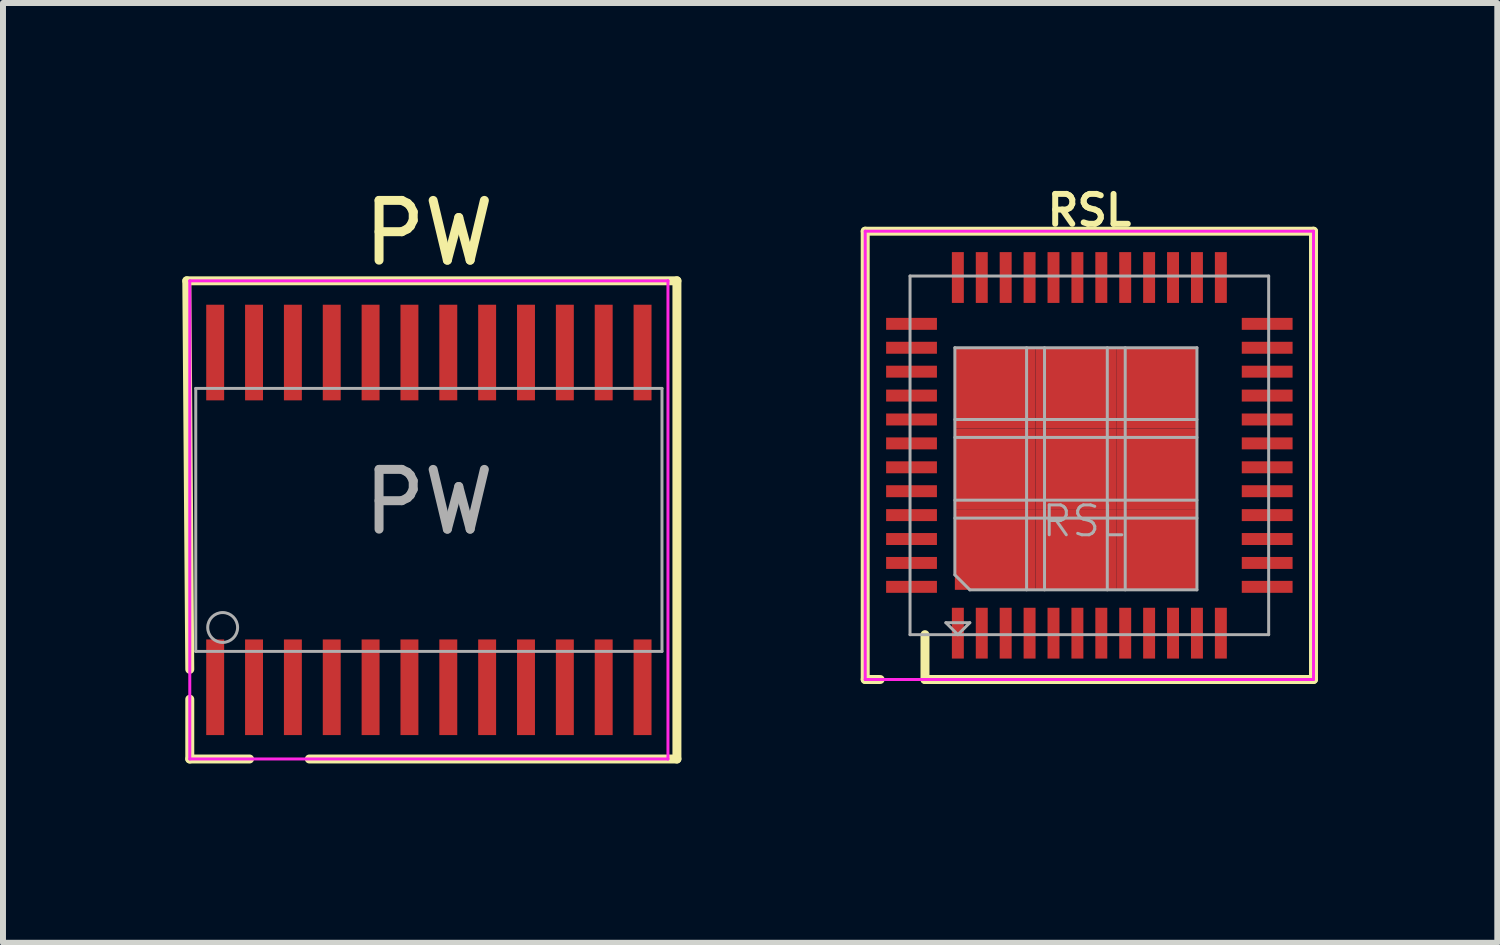
<source format=kicad_pcb>
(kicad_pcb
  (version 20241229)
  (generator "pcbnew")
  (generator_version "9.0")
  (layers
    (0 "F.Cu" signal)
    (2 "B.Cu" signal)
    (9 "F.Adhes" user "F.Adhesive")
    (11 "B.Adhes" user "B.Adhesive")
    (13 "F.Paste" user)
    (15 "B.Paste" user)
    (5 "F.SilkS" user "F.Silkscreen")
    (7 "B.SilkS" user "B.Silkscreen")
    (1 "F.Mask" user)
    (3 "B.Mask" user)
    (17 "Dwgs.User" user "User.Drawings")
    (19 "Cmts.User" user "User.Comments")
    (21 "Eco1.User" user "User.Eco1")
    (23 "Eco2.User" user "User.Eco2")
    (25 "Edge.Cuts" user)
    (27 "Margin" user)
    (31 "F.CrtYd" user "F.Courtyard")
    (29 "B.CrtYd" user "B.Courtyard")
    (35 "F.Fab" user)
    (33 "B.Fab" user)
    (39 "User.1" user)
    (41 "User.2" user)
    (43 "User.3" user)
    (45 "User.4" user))
  (footprint "PW"
    (layer "F.Cu")
    (at 4.125 5.648)
    (property "Reference" "PW" (at 0 -4.8 0) (layer "F.SilkS") (effects (font (size 1 1) (thickness 0.15))))
    (attr smd)
    (fp_line (start -4.05 -4) (end 4.15 -4) (stroke (width 0.15) (type solid)) (layer "F.SilkS"))
    (fp_line (start -4 2.5) (end -4.05 -4) (stroke (width 0.15) (type solid)) (layer "F.SilkS"))
    (fp_line (start -4 4) (end -4 3) (stroke (width 0.15) (type solid)) (layer "F.SilkS"))
    (fp_line (start -4 4) (end -3 4) (stroke (width 0.15) (type solid)) (layer "F.SilkS"))
    (fp_line (start 4.15 -4) (end 4.15 4) (stroke (width 0.15) (type solid)) (layer "F.SilkS"))
    (fp_line (start 4.15 4) (end -2 4) (stroke (width 0.15) (type solid)) (layer "F.SilkS"))
    (fp_line (start -4 -4) (end -4 4) (stroke (width 0.05) (type solid)) (layer "F.CrtYd"))
    (fp_line (start -4 4) (end 4 4) (stroke (width 0.05) (type solid)) (layer "F.CrtYd"))
    (fp_line (start 4 -4) (end -4 -4) (stroke (width 0.05) (type solid)) (layer "F.CrtYd"))
    (fp_line (start 4 4) (end 4 -4) (stroke (width 0.05) (type solid)) (layer "F.CrtYd"))
    (fp_line (start -3.9 -2.2) (end -3.9 2.2) (stroke (width 0.05) (type solid)) (layer "F.Fab"))
    (fp_line (start -3.9 -2.2) (end 3.9 -2.2) (stroke (width 0.05) (type solid)) (layer "F.Fab"))
    (fp_line (start -3.9 2.2) (end 3.9 2.2) (stroke (width 0.05) (type solid)) (layer "F.Fab"))
    (fp_line (start 3.9 -2.2) (end 3.9 2.2) (stroke (width 0.05) (type solid)) (layer "F.Fab"))
    (fp_circle (center -3.45 1.8) (end -3.2 1.8) (stroke (width 0.05) (type solid)) (fill no) (layer "F.Fab"))
    (fp_text user "${REFERENCE}" (at 0 -0.3 0) (layer "F.Fab") (effects (font (size 1 1) (thickness 0.15))))
    (pad "1" smd rect (at -3.575 2.8) (size 0.3 1.6) (layers "F.Cu" "F.Mask" "F.Paste"))
    (pad "2" smd rect (at -2.925 2.8) (size 0.3 1.6) (layers "F.Cu" "F.Mask" "F.Paste"))
    (pad "3" smd rect (at -2.275 2.8) (size 0.3 1.6) (layers "F.Cu" "F.Mask" "F.Paste"))
    (pad "4" smd rect (at -1.625 2.8) (size 0.3 1.6) (layers "F.Cu" "F.Mask" "F.Paste"))
    (pad "5" smd rect (at -0.975 2.8) (size 0.3 1.6) (layers "F.Cu" "F.Mask" "F.Paste"))
    (pad "6" smd rect (at -0.325 2.8) (size 0.3 1.6) (layers "F.Cu" "F.Mask" "F.Paste"))
    (pad "7" smd rect (at 0.325 2.8) (size 0.3 1.6) (layers "F.Cu" "F.Mask" "F.Paste"))
    (pad "8" smd rect (at 0.975 2.8) (size 0.3 1.6) (layers "F.Cu" "F.Mask" "F.Paste"))
    (pad "9" smd rect (at 1.625 2.8) (size 0.3 1.6) (layers "F.Cu" "F.Mask" "F.Paste"))
    (pad "10" smd rect (at 2.275 2.8) (size 0.3 1.6) (layers "F.Cu" "F.Mask" "F.Paste"))
    (pad "11" smd rect (at 2.925 2.8) (size 0.3 1.6) (layers "F.Cu" "F.Mask" "F.Paste"))
    (pad "12" smd rect (at 3.575 2.8) (size 0.3 1.6) (layers "F.Cu" "F.Mask" "F.Paste"))
    (pad "13" smd rect (at 3.575 -2.8) (size 0.3 1.6) (layers "F.Cu" "F.Mask" "F.Paste"))
    (pad "14" smd rect (at 2.925 -2.8) (size 0.3 1.6) (layers "F.Cu" "F.Mask" "F.Paste"))
    (pad "15" smd rect (at 2.275 -2.8) (size 0.3 1.6) (layers "F.Cu" "F.Mask" "F.Paste"))
    (pad "16" smd rect (at 1.625 -2.8) (size 0.3 1.6) (layers "F.Cu" "F.Mask" "F.Paste"))
    (pad "17" smd rect (at 0.975 -2.8) (size 0.3 1.6) (layers "F.Cu" "F.Mask" "F.Paste"))
    (pad "18" smd rect (at 0.325 -2.8) (size 0.3 1.6) (layers "F.Cu" "F.Mask" "F.Paste"))
    (pad "19" smd rect (at -0.325 -2.8) (size 0.3 1.6) (layers "F.Cu" "F.Mask" "F.Paste"))
    (pad "20" smd rect (at -0.975 -2.8) (size 0.3 1.6) (layers "F.Cu" "F.Mask" "F.Paste"))
    (pad "21" smd rect (at -1.625 -2.8) (size 0.3 1.6) (layers "F.Cu" "F.Mask" "F.Paste"))
    (pad "22" smd rect (at -2.275 -2.8) (size 0.3 1.6) (layers "F.Cu" "F.Mask" "F.Paste"))
    (pad "23" smd rect (at -2.925 -2.8) (size 0.3 1.6) (layers "F.Cu" "F.Mask" "F.Paste"))
    (pad "24" smd rect (at -3.575 -2.8) (size 0.3 1.6) (layers "F.Cu" "F.Mask" "F.Paste")))
  (footprint "RSL"
    (layer "F.Cu")
    (at 15.175 4.568)
    (property "Reference" "RSL" (at 0 -4.1 0) (layer "F.SilkS") (effects (font (size 0.5 0.5) (thickness 0.1))))
    (attr smd)
    (fp_line (start -3.75 -3.75) (end 3.75 -3.75) (stroke (width 0.15) (type solid)) (layer "F.SilkS"))
    (fp_line (start -3.75 3.75) (end -3.75 -3.75) (stroke (width 0.15) (type solid)) (layer "F.SilkS"))
    (fp_line (start -3.5 3.75) (end -3.75 3.75) (stroke (width 0.15) (type solid)) (layer "F.SilkS"))
    (fp_line (start -2.75 3.75) (end -2.75 3) (stroke (width 0.15) (type solid)) (layer "F.SilkS"))
    (fp_line (start -1.5 3.75) (end -2.75 3.75) (stroke (width 0.15) (type solid)) (layer "F.SilkS"))
    (fp_line (start -1.5 3.75) (end -0.75 3.75) (stroke (width 0.15) (type solid)) (layer "F.SilkS"))
    (fp_line (start 3.75 -3.75) (end 3.75 3.75) (stroke (width 0.15) (type solid)) (layer "F.SilkS"))
    (fp_line (start 3.75 3.75) (end -0.75 3.75) (stroke (width 0.15) (type solid)) (layer "F.SilkS"))
    (fp_line (start -3.75 -3.75) (end -3.75 3.75) (stroke (width 0.05) (type solid)) (layer "F.CrtYd"))
    (fp_line (start -3.75 -3.75) (end 3.75 -3.75) (stroke (width 0.05) (type solid)) (layer "F.CrtYd"))
    (fp_line (start -3.75 3.75) (end 3.75 3.75) (stroke (width 0.05) (type solid)) (layer "F.CrtYd"))
    (fp_line (start 3.75 -3.75) (end 3.75 3.75) (stroke (width 0.05) (type solid)) (layer "F.CrtYd"))
    (fp_line (start -3 -3) (end 3 -3) (stroke (width 0.05) (type solid)) (layer "F.Fab"))
    (fp_line (start -3 3) (end -3 -3) (stroke (width 0.05) (type solid)) (layer "F.Fab"))
    (fp_line (start -2.4 2.8) (end -2.2 3) (stroke (width 0.05) (type solid)) (layer "F.Fab"))
    (fp_line (start -2.25 -1.8) (end 1.8 -1.8) (stroke (width 0.05) (type solid)) (layer "F.Fab"))
    (fp_line (start -2.25 -0.6) (end 1.8 -0.6) (stroke (width 0.05) (type solid)) (layer "F.Fab"))
    (fp_line (start -2.25 0.75) (end 1.8 0.75) (stroke (width 0.05) (type solid)) (layer "F.Fab"))
    (fp_line (start -2.25 2) (end -2.25 -1.8) (stroke (width 0.05) (type solid)) (layer "F.Fab"))
    (fp_line (start -2.25 2) (end -2 2.25) (stroke (width 0.05) (type solid)) (layer "F.Fab"))
    (fp_line (start -2.2 3) (end -2 2.8) (stroke (width 0.05) (type solid)) (layer "F.Fab"))
    (fp_line (start -2 2.8) (end -2.4 2.8) (stroke (width 0.05) (type solid)) (layer "F.Fab"))
    (fp_line (start -1.05 -1.8) (end -1.05 2.25) (stroke (width 0.05) (type solid)) (layer "F.Fab"))
    (fp_line (start -0.75 -1.8) (end -0.75 2.25) (stroke (width 0.05) (type solid)) (layer "F.Fab"))
    (fp_line (start 0.3 -1.8) (end 0.3 2.25) (stroke (width 0.05) (type solid)) (layer "F.Fab"))
    (fp_line (start 0.6 -1.8) (end 0.6 2.25) (stroke (width 0.05) (type solid)) (layer "F.Fab"))
    (fp_line (start 1.8 -1.8) (end 1.8 2.25) (stroke (width 0.05) (type solid)) (layer "F.Fab"))
    (fp_line (start 1.8 -0.3) (end -2.25 -0.3) (stroke (width 0.05) (type solid)) (layer "F.Fab"))
    (fp_line (start 1.8 1.05) (end -2.25 1.05) (stroke (width 0.05) (type solid)) (layer "F.Fab"))
    (fp_line (start 1.8 2.25) (end -2 2.25) (stroke (width 0.05) (type solid)) (layer "F.Fab"))
    (fp_line (start 3 -3) (end 3 3) (stroke (width 0.05) (type solid)) (layer "F.Fab"))
    (fp_line (start 3 3) (end -3 3) (stroke (width 0.05) (type solid)) (layer "F.Fab"))
    (fp_text user "${REFERENCE}" (at -0.1 1.1 0) (layer "F.Fab") (effects (font (size 0.5 0.5) (thickness 0.05))))
    (pad "1" smd trapezoid (at -2.2 2.975) (size 0.2 0.85) (layers "F.Cu" "F.Mask" "F.Paste"))
    (pad "2" smd trapezoid (at -1.8 2.975) (size 0.2 0.85) (layers "F.Cu" "F.Mask" "F.Paste"))
    (pad "3" smd trapezoid (at -1.4 2.975) (size 0.2 0.85) (layers "F.Cu" "F.Mask" "F.Paste"))
    (pad "4" smd trapezoid (at -1 2.975) (size 0.2 0.85) (layers "F.Cu" "F.Mask" "F.Paste"))
    (pad "5" smd trapezoid (at -0.6 2.975) (size 0.2 0.85) (layers "F.Cu" "F.Mask" "F.Paste"))
    (pad "6" smd trapezoid (at -0.2 2.975) (size 0.2 0.85) (layers "F.Cu" "F.Mask" "F.Paste"))
    (pad "7" smd trapezoid (at 0.2 2.975) (size 0.2 0.85) (layers "F.Cu" "F.Mask" "F.Paste"))
    (pad "8" smd trapezoid (at 0.6 2.975) (size 0.2 0.85) (layers "F.Cu" "F.Mask" "F.Paste"))
    (pad "9" smd trapezoid (at 1 2.975) (size 0.2 0.85) (layers "F.Cu" "F.Mask" "F.Paste"))
    (pad "10" smd trapezoid (at 1.4 2.975) (size 0.2 0.85) (layers "F.Cu" "F.Mask" "F.Paste"))
    (pad "11" smd trapezoid (at 1.8 2.975) (size 0.2 0.85) (layers "F.Cu" "F.Mask" "F.Paste"))
    (pad "12" smd trapezoid (at 2.2 2.975) (size 0.2 0.85) (layers "F.Cu" "F.Mask" "F.Paste"))
    (pad "13" smd trapezoid (at 2.975 2.2 90) (size 0.2 0.85) (layers "F.Cu" "F.Mask" "F.Paste"))
    (pad "14" smd trapezoid (at 2.975 1.8 90) (size 0.2 0.85) (layers "F.Cu" "F.Mask" "F.Paste"))
    (pad "15" smd trapezoid (at 2.975 1.4 90) (size 0.2 0.85) (layers "F.Cu" "F.Mask" "F.Paste"))
    (pad "16" smd trapezoid (at 2.975 1 90) (size 0.2 0.85) (layers "F.Cu" "F.Mask" "F.Paste"))
    (pad "17" smd trapezoid (at 2.975 0.6 90) (size 0.2 0.85) (layers "F.Cu" "F.Mask" "F.Paste"))
    (pad "18" smd trapezoid (at 2.975 0.2 90) (size 0.2 0.85) (layers "F.Cu" "F.Mask" "F.Paste"))
    (pad "19" smd trapezoid (at 2.975 -0.2 90) (size 0.2 0.85) (layers "F.Cu" "F.Mask" "F.Paste"))
    (pad "20" smd trapezoid (at 2.975 -0.6 90) (size 0.2 0.85) (layers "F.Cu" "F.Mask" "F.Paste"))
    (pad "21" smd trapezoid (at 2.975 -1 90) (size 0.2 0.85) (layers "F.Cu" "F.Mask" "F.Paste"))
    (pad "22" smd trapezoid (at 2.975 -1.4 90) (size 0.2 0.85) (layers "F.Cu" "F.Mask" "F.Paste"))
    (pad "23" smd trapezoid (at 2.975 -1.8 90) (size 0.2 0.85) (layers "F.Cu" "F.Mask" "F.Paste"))
    (pad "24" smd trapezoid (at 2.975 -2.2 90) (size 0.2 0.85) (layers "F.Cu" "F.Mask" "F.Paste"))
    (pad "25" smd trapezoid (at 2.2 -2.975) (size 0.2 0.85) (layers "F.Cu" "F.Mask" "F.Paste"))
    (pad "26" smd trapezoid (at 1.8 -2.975) (size 0.2 0.85) (layers "F.Cu" "F.Mask" "F.Paste"))
    (pad "27" smd trapezoid (at 1.4 -2.975) (size 0.2 0.85) (layers "F.Cu" "F.Mask" "F.Paste"))
    (pad "28" smd trapezoid (at 1 -2.975) (size 0.2 0.85) (layers "F.Cu" "F.Mask" "F.Paste"))
    (pad "29" smd trapezoid (at 0.6 -2.975) (size 0.2 0.85) (layers "F.Cu" "F.Mask" "F.Paste"))
    (pad "30" smd trapezoid (at 0.2 -2.975) (size 0.2 0.85) (layers "F.Cu" "F.Mask" "F.Paste"))
    (pad "31" smd trapezoid (at -0.2 -2.975) (size 0.2 0.85) (layers "F.Cu" "F.Mask" "F.Paste"))
    (pad "32" smd trapezoid (at -0.6 -2.975) (size 0.2 0.85) (layers "F.Cu" "F.Mask" "F.Paste"))
    (pad "33" smd trapezoid (at -1 -2.975) (size 0.2 0.85) (layers "F.Cu" "F.Mask" "F.Paste"))
    (pad "34" smd trapezoid (at -1.4 -2.975) (size 0.2 0.85) (layers "F.Cu" "F.Mask" "F.Paste"))
    (pad "35" smd trapezoid (at -1.8 -2.975) (size 0.2 0.85) (layers "F.Cu" "F.Mask" "F.Paste"))
    (pad "36" smd trapezoid (at -2.2 -2.975) (size 0.2 0.85) (layers "F.Cu" "F.Mask" "F.Paste"))
    (pad "37" smd trapezoid (at -2.975 -2.2 90) (size 0.2 0.85) (layers "F.Cu" "F.Mask" "F.Paste"))
    (pad "38" smd trapezoid (at -2.975 -1.8 90) (size 0.2 0.85) (layers "F.Cu" "F.Mask" "F.Paste"))
    (pad "39" smd trapezoid (at -2.975 -1.4 90) (size 0.2 0.85) (layers "F.Cu" "F.Mask" "F.Paste"))
    (pad "40" smd trapezoid (at -2.975 -1 90) (size 0.2 0.85) (layers "F.Cu" "F.Mask" "F.Paste"))
    (pad "41" smd trapezoid (at -2.975 -0.6 90) (size 0.2 0.85) (layers "F.Cu" "F.Mask" "F.Paste"))
    (pad "42" smd trapezoid (at -2.975 -0.2 90) (size 0.2 0.85) (layers "F.Cu" "F.Mask" "F.Paste"))
    (pad "43" smd trapezoid (at -2.975 0.2 90) (size 0.2 0.85) (layers "F.Cu" "F.Mask" "F.Paste"))
    (pad "44" smd trapezoid (at -2.975 0.6 90) (size 0.2 0.85) (layers "F.Cu" "F.Mask" "F.Paste"))
    (pad "45" smd trapezoid (at -2.975 1 90) (size 0.2 0.85) (layers "F.Cu" "F.Mask" "F.Paste"))
    (pad "46" smd trapezoid (at -2.975 1.4 90) (size 0.2 0.85) (layers "F.Cu" "F.Mask" "F.Paste"))
    (pad "47" smd trapezoid (at -2.975 1.8 90) (size 0.2 0.85) (layers "F.Cu" "F.Mask" "F.Paste"))
    (pad "48" smd trapezoid (at -2.975 2.2 90) (size 0.2 0.85) (layers "F.Cu" "F.Mask" "F.Paste"))
    (pad "49" smd trapezoid (at -1.575 -1.125) (size 1.35 1.35) (layers "F.Cu" "F.Mask" "F.Paste"))
    (pad "49" smd trapezoid (at -1.575 0.225) (size 1.35 1.35) (layers "F.Cu" "F.Mask" "F.Paste"))
    (pad "49" smd trapezoid (at -1.575 1.575) (size 1.35 1.35) (layers "F.Cu" "F.Mask" "F.Paste"))
    (pad "49" smd trapezoid (at -0.225 -1.125) (size 1.35 1.35) (layers "F.Cu" "F.Mask" "F.Paste"))
    (pad "49" smd trapezoid (at -0.225 0.225) (size 1.35 1.35) (layers "F.Cu" "F.Mask" "F.Paste"))
    (pad "49" smd trapezoid (at -0.225 1.575) (size 1.35 1.35) (layers "F.Cu" "F.Mask" "F.Paste"))
    (pad "49" smd trapezoid (at 1.125 -1.125) (size 1.35 1.35) (layers "F.Cu" "F.Mask" "F.Paste"))
    (pad "49" smd trapezoid (at 1.125 0.225) (size 1.35 1.35) (layers "F.Cu" "F.Mask" "F.Paste"))
    (pad "49" smd trapezoid (at 1.125 1.575) (size 1.35 1.35) (layers "F.Cu" "F.Mask" "F.Paste")))
  (gr_rect
    (start -3 -3)
    (end 22 12.723)
    (stroke (width 0.1) (type default))
    (fill no)
    (layer "Edge.Cuts")))
</source>
